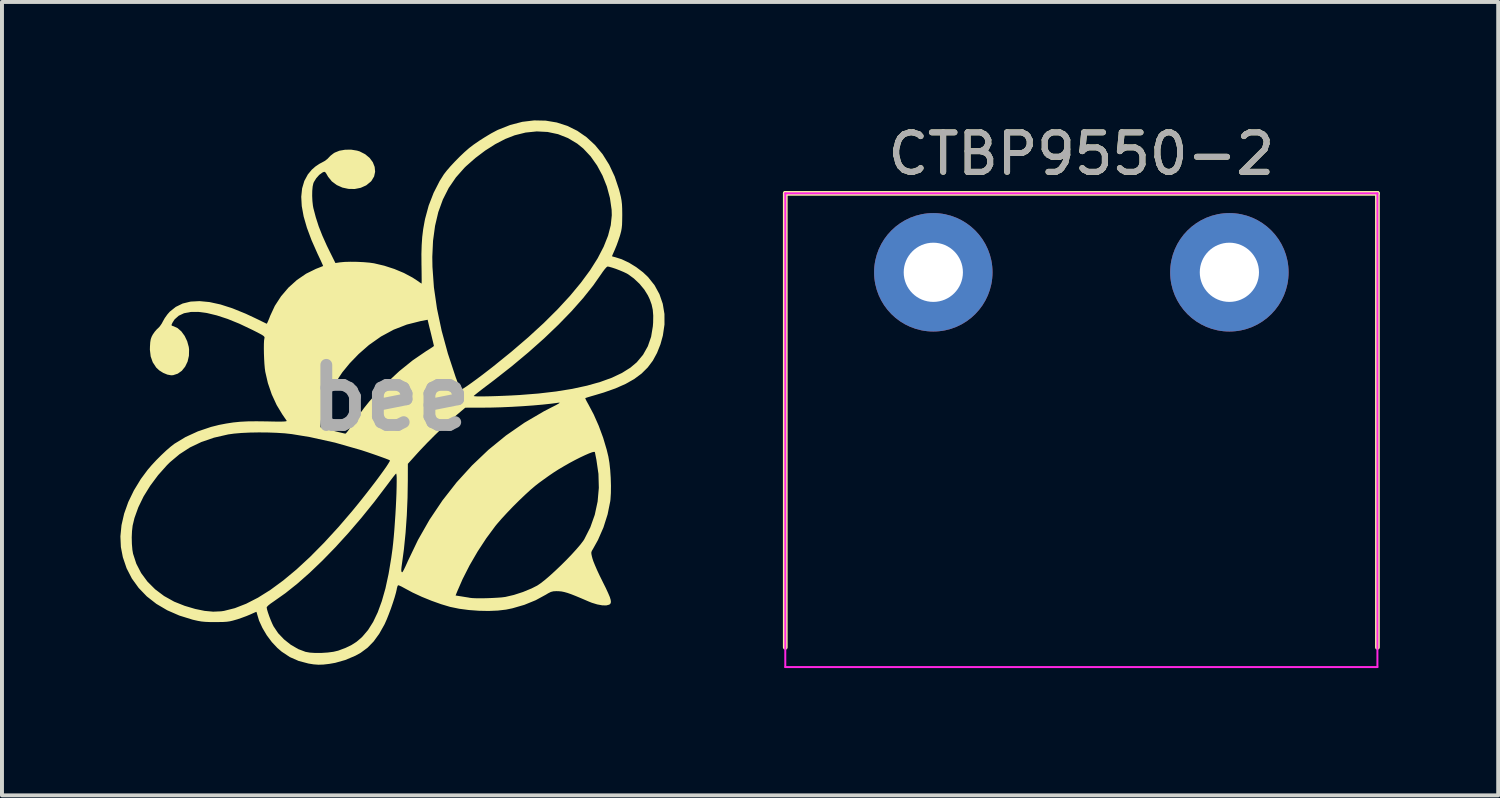
<source format=kicad_pcb>
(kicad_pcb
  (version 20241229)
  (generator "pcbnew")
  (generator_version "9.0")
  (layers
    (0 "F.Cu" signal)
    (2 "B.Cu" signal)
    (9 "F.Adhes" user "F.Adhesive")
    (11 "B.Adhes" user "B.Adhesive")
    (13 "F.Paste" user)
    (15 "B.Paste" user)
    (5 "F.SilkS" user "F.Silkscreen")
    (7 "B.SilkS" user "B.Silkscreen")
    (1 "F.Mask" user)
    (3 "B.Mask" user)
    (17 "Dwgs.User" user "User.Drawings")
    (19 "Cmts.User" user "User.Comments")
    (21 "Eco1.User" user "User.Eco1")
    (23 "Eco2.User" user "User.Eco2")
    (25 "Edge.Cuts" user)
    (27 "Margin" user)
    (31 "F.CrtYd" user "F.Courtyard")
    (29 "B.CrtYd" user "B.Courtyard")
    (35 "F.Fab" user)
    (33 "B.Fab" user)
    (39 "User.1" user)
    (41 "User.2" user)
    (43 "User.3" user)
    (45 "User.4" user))
  (footprint "CTBP9550-2"
    (layer "F.Cu")
    (at 24.343 13.848)
    (property "Reference" "CTBP9550-2" (at 0 -13 0) (unlocked yes) (layer "F.SilkS") (effects (font (size 1 1) (thickness 0.15))))
    (attr through_hole)
    (fp_line (start -7.5 -12) (end 7.5 -12) (stroke (width 0.12) (type solid)) (layer "F.SilkS"))
    (fp_line (start -7.5 -0.5) (end -7.5 -12) (stroke (width 0.12) (type solid)) (layer "F.SilkS"))
    (fp_line (start 7.5 -12) (end 7.5 -0.5) (stroke (width 0.12) (type solid)) (layer "F.SilkS"))
    (fp_line (start -7.5 -12) (end -7.5 0) (stroke (width 0.05) (type solid)) (layer "F.CrtYd"))
    (fp_line (start -7.5 0) (end 7.5 0) (stroke (width 0.05) (type solid)) (layer "F.CrtYd"))
    (fp_line (start 7.5 -12) (end -7.5 -12) (stroke (width 0.05) (type solid)) (layer "F.CrtYd"))
    (fp_line (start 7.5 0) (end 7.5 -12) (stroke (width 0.05) (type solid)) (layer "F.CrtYd"))
    (fp_text user "${REFERENCE}" (at 0 -13 0) (unlocked yes) (layer "F.Fab") (effects (font (size 1 1) (thickness 0.15))))
    (pad "1" thru_hole circle (at -3.75 -10) (size 3 3) (drill 1.5) (layers "*.Cu" "*.Mask"))
    (pad "2" thru_hole circle (at 3.75 -10) (size 3 3) (drill 1.5) (layers "*.Cu" "*.Mask")))
  (footprint "bee"
    (layer "F.Cu")
    (at 6.849 7.027)
    (property "Reference" "bee" (at 0 0 0) (layer "F.Fab") (effects (font (size 1.524 1.524) (thickness 0.3))))
    (attr board_only exclude_from_pos_files exclude_from_bom)
    (fp_poly (pts (xy 3.925 -7.021) (xy 4.206 -6.974) (xy 4.473 -6.888) (xy 4.726 -6.763) (xy 4.96 -6.601) (xy 5.174 -6.403) (xy 5.366 -6.171) (xy 5.533 -5.904) (xy 5.673 -5.605) (xy 5.783 -5.275) (xy 5.802 -5.202) (xy 5.829 -5.091) (xy 5.846 -4.997) (xy 5.857 -4.902) (xy 5.862 -4.795) (xy 5.864 -4.659) (xy 5.864 -4.624) (xy 5.862 -4.486) (xy 5.859 -4.381) (xy 5.85 -4.297) (xy 5.837 -4.222) (xy 5.816 -4.142) (xy 5.802 -4.094) (xy 5.764 -3.981) (xy 5.721 -3.862) (xy 5.679 -3.76) (xy 5.672 -3.743) (xy 5.639 -3.669) (xy 5.615 -3.614) (xy 5.604 -3.587) (xy 5.604 -3.587) (xy 5.623 -3.578) (xy 5.671 -3.565) (xy 5.675 -3.565) (xy 5.849 -3.51) (xy 6.034 -3.423) (xy 6.218 -3.31) (xy 6.39 -3.179) (xy 6.518 -3.058) (xy 6.682 -2.852) (xy 6.806 -2.625) (xy 6.89 -2.382) (xy 6.933 -2.124) (xy 6.934 -1.855) (xy 6.893 -1.576) (xy 6.832 -1.355) (xy 6.745 -1.136) (xy 6.639 -0.941) (xy 6.509 -0.768) (xy 6.353 -0.613) (xy 6.167 -0.475) (xy 5.948 -0.351) (xy 5.692 -0.238) (xy 5.397 -0.134) (xy 5.173 -0.067) (xy 5.076 -0.039) (xy 4.996 -0.015) (xy 4.944 0.002) (xy 4.927 0.008) (xy 4.934 0.031) (xy 4.959 0.082) (xy 4.997 0.151) (xy 5.003 0.161) (xy 5.14 0.42) (xy 5.268 0.709) (xy 5.38 1.012) (xy 5.47 1.314) (xy 5.513 1.492) (xy 5.539 1.647) (xy 5.559 1.83) (xy 5.572 2.027) (xy 5.578 2.226) (xy 5.576 2.411) (xy 5.566 2.571) (xy 5.56 2.622) (xy 5.493 2.953) (xy 5.388 3.284) (xy 5.249 3.602) (xy 5.121 3.832) (xy 5.094 3.877) (xy 5.081 3.913) (xy 5.082 3.956) (xy 5.095 4.018) (xy 5.109 4.071) (xy 5.132 4.141) (xy 5.173 4.242) (xy 5.227 4.367) (xy 5.291 4.504) (xy 5.362 4.647) (xy 5.365 4.654) (xy 5.447 4.818) (xy 5.507 4.948) (xy 5.549 5.047) (xy 5.571 5.12) (xy 5.577 5.173) (xy 5.568 5.209) (xy 5.544 5.234) (xy 5.532 5.241) (xy 5.458 5.26) (xy 5.354 5.257) (xy 5.229 5.234) (xy 5.092 5.192) (xy 5.012 5.16) (xy 4.831 5.082) (xy 4.685 5.021) (xy 4.568 4.975) (xy 4.473 4.942) (xy 4.394 4.92) (xy 4.325 4.906) (xy 4.259 4.9) (xy 4.194 4.898) (xy 4.12 4.902) (xy 4.056 4.918) (xy 3.986 4.953) (xy 3.93 4.987) (xy 3.671 5.128) (xy 3.384 5.245) (xy 3.08 5.333) (xy 2.92 5.366) (xy 2.714 5.39) (xy 2.479 5.4) (xy 2.228 5.395) (xy 1.975 5.376) (xy 1.733 5.344) (xy 1.515 5.299) (xy 1.505 5.297) (xy 1.277 5.229) (xy 1.033 5.142) (xy 0.787 5.042) (xy 0.714 5.008) (xy 1.642 5.008) (xy 1.806 5.034) (xy 1.892 5.048) (xy 1.963 5.059) (xy 2.003 5.067) (xy 2.005 5.067) (xy 2.066 5.074) (xy 2.162 5.078) (xy 2.283 5.079) (xy 2.418 5.077) (xy 2.556 5.072) (xy 2.689 5.065) (xy 2.804 5.057) (xy 2.892 5.046) (xy 2.901 5.045) (xy 3.119 4.994) (xy 3.348 4.92) (xy 3.568 4.829) (xy 3.71 4.757) (xy 3.796 4.699) (xy 3.905 4.614) (xy 4.032 4.505) (xy 4.169 4.38) (xy 4.312 4.244) (xy 4.453 4.104) (xy 4.586 3.965) (xy 4.706 3.833) (xy 4.806 3.716) (xy 4.88 3.618) (xy 4.903 3.582) (xy 5.055 3.282) (xy 5.168 2.963) (xy 5.24 2.628) (xy 5.271 2.281) (xy 5.261 1.927) (xy 5.209 1.569) (xy 5.205 1.549) (xy 5.189 1.469) (xy 5.177 1.408) (xy 5.171 1.378) (xy 5.171 1.377) (xy 5.152 1.368) (xy 5.1 1.38) (xy 5.02 1.41) (xy 4.917 1.455) (xy 4.796 1.512) (xy 4.664 1.579) (xy 4.526 1.653) (xy 4.388 1.732) (xy 4.254 1.811) (xy 4.13 1.89) (xy 4.123 1.895) (xy 4.004 1.976) (xy 3.877 2.067) (xy 3.757 2.154) (xy 3.668 2.223) (xy 3.546 2.326) (xy 3.405 2.455) (xy 3.251 2.602) (xy 3.094 2.758) (xy 2.943 2.916) (xy 2.805 3.066) (xy 2.689 3.2) (xy 2.649 3.249) (xy 2.419 3.56) (xy 2.199 3.896) (xy 1.997 4.244) (xy 1.82 4.592) (xy 1.685 4.902) (xy 1.642 5.008) (xy 0.714 5.008) (xy 0.554 4.934) (xy 0.351 4.825) (xy 0.344 4.821) (xy 0.272 4.782) (xy 0.215 4.756) (xy 0.185 4.748) (xy 0.184 4.749) (xy 0.169 4.777) (xy 0.154 4.832) (xy 0.151 4.853) (xy 0.131 4.939) (xy 0.098 5.056) (xy 0.054 5.193) (xy 0.004 5.339) (xy -0.05 5.483) (xy -0.102 5.614) (xy -0.15 5.722) (xy -0.159 5.741) (xy -0.291 5.976) (xy -0.433 6.172) (xy -0.588 6.331) (xy -0.762 6.46) (xy -0.898 6.535) (xy -1.154 6.643) (xy -1.406 6.714) (xy -1.559 6.741) (xy -1.707 6.758) (xy -1.831 6.762) (xy -1.953 6.753) (xy -2.084 6.732) (xy -2.334 6.666) (xy -2.557 6.568) (xy -2.762 6.432) (xy -2.871 6.339) (xy -3.012 6.189) (xy -3.141 6.016) (xy -3.251 5.831) (xy -3.336 5.646) (xy -3.382 5.493) (xy -3.395 5.444) (xy -3.404 5.422) (xy -3.404 5.422) (xy -3.427 5.43) (xy -3.479 5.453) (xy -3.552 5.486) (xy -3.561 5.49) (xy -3.657 5.53) (xy -3.774 5.573) (xy -3.89 5.613) (xy -3.912 5.619) (xy -3.999 5.644) (xy -4.075 5.662) (xy -4.153 5.673) (xy -4.245 5.679) (xy -4.365 5.681) (xy -4.442 5.681) (xy -4.586 5.681) (xy -4.698 5.676) (xy -4.794 5.667) (xy -4.887 5.651) (xy -4.993 5.627) (xy -5.022 5.62) (xy -5.357 5.516) (xy -5.662 5.383) (xy -5.937 5.221) (xy -6.179 5.032) (xy -6.386 4.817) (xy -6.558 4.579) (xy -6.692 4.319) (xy -6.787 4.039) (xy -6.837 3.781) (xy -6.848 3.537) (xy -6.562 3.537) (xy -6.558 3.702) (xy -6.545 3.854) (xy -6.528 3.951) (xy -6.446 4.203) (xy -6.324 4.439) (xy -6.164 4.656) (xy -5.969 4.851) (xy -5.743 5.021) (xy -5.487 5.164) (xy -5.221 5.27) (xy -4.954 5.349) (xy -4.715 5.398) (xy -4.499 5.418) (xy -4.299 5.409) (xy -4.224 5.398) (xy -3.95 5.329) (xy -3.901 5.31) (xy -3.143 5.31) (xy -3.135 5.359) (xy -3.112 5.437) (xy -3.079 5.533) (xy -3.04 5.634) (xy -3 5.727) (xy -2.968 5.792) (xy -2.854 5.962) (xy -2.704 6.12) (xy -2.53 6.258) (xy -2.341 6.367) (xy -2.161 6.435) (xy -2.051 6.455) (xy -1.911 6.464) (xy -1.754 6.463) (xy -1.597 6.453) (xy -1.452 6.434) (xy -1.334 6.406) (xy -1.322 6.402) (xy -1.142 6.334) (xy -0.995 6.263) (xy -0.87 6.183) (xy -0.755 6.086) (xy -0.717 6.049) (xy -0.575 5.882) (xy -0.446 5.677) (xy -0.33 5.434) (xy -0.227 5.152) (xy -0.135 4.829) (xy -0.056 4.464) (xy -0.038 4.359) (xy 0.266 4.359) (xy 0.269 4.399) (xy 0.28 4.417) (xy 0.293 4.419) (xy 0.307 4.4) (xy 0.336 4.346) (xy 0.375 4.265) (xy 0.42 4.166) (xy 0.431 4.14) (xy 0.689 3.602) (xy 0.982 3.088) (xy 1.309 2.601) (xy 1.668 2.142) (xy 2.058 1.714) (xy 2.475 1.317) (xy 2.919 0.955) (xy 3.388 0.63) (xy 3.88 0.342) (xy 4.066 0.246) (xy 4.178 0.189) (xy 4.248 0.15) (xy 4.278 0.128) (xy 4.268 0.122) (xy 4.26 0.123) (xy 4.074 0.148) (xy 3.853 0.172) (xy 3.605 0.194) (xy 3.339 0.213) (xy 3.066 0.229) (xy 2.794 0.241) (xy 2.534 0.248) (xy 2.316 0.25) (xy 1.887 0.251) (xy 1.679 0.427) (xy 1.505 0.58) (xy 1.313 0.758) (xy 1.115 0.948) (xy 0.922 1.142) (xy 0.746 1.327) (xy 0.668 1.412) (xy 0.433 1.673) (xy 0.432 2.095) (xy 0.425 2.536) (xy 0.406 2.982) (xy 0.375 3.421) (xy 0.333 3.839) (xy 0.287 4.18) (xy 0.272 4.288) (xy 0.266 4.359) (xy -0.038 4.359) (xy 0.012 4.057) (xy 0.044 3.827) (xy 0.06 3.684) (xy 0.076 3.521) (xy 0.091 3.343) (xy 0.104 3.156) (xy 0.117 2.965) (xy 0.128 2.775) (xy 0.137 2.591) (xy 0.144 2.42) (xy 0.148 2.265) (xy 0.15 2.132) (xy 0.15 2.027) (xy 0.146 1.955) (xy 0.138 1.92) (xy 0.135 1.919) (xy 0.116 1.938) (xy 0.075 1.988) (xy 0.018 2.062) (xy -0.051 2.154) (xy -0.093 2.21) (xy -0.414 2.633) (xy -0.742 3.039) (xy -1.073 3.425) (xy -1.404 3.788) (xy -1.732 4.125) (xy -2.054 4.433) (xy -2.367 4.709) (xy -2.668 4.949) (xy -2.954 5.151) (xy -2.967 5.16) (xy -3.045 5.214) (xy -3.105 5.262) (xy -3.139 5.299) (xy -3.143 5.31) (xy -3.901 5.31) (xy -3.663 5.217) (xy -3.363 5.063) (xy -3.05 4.867) (xy -2.726 4.629) (xy -2.39 4.35) (xy -2.044 4.03) (xy -1.687 3.669) (xy -1.32 3.269) (xy -0.988 2.882) (xy -0.862 2.729) (xy -0.735 2.571) (xy -0.609 2.411) (xy -0.488 2.255) (xy -0.374 2.106) (xy -0.271 1.967) (xy -0.182 1.844) (xy -0.109 1.74) (xy -0.057 1.659) (xy -0.026 1.606) (xy -0.022 1.584) (xy -0.058 1.568) (xy -0.129 1.54) (xy -0.228 1.504) (xy -0.345 1.462) (xy -0.475 1.417) (xy -0.607 1.372) (xy -0.735 1.33) (xy -0.775 1.318) (xy -1.412 1.136) (xy -2.049 0.995) (xy -2.506 0.92) (xy -2.685 0.9) (xy -2.891 0.887) (xy -3.114 0.879) (xy -3.343 0.877) (xy -3.569 0.881) (xy -3.781 0.891) (xy -3.968 0.907) (xy -4.12 0.928) (xy -4.123 0.929) (xy -4.477 1.01) (xy -4.797 1.12) (xy -5.087 1.258) (xy -5.351 1.429) (xy -5.593 1.632) (xy -5.668 1.706) (xy -5.894 1.96) (xy -6.093 2.227) (xy -6.262 2.5) (xy -6.396 2.776) (xy -6.493 3.046) (xy -6.539 3.238) (xy -6.555 3.377) (xy -6.562 3.537) (xy -6.848 3.537) (xy -6.849 3.51) (xy -6.821 3.226) (xy -6.754 2.934) (xy -6.649 2.639) (xy -6.507 2.346) (xy -6.331 2.057) (xy -6.158 1.824) (xy -6.058 1.707) (xy -5.941 1.581) (xy -5.814 1.454) (xy -5.689 1.336) (xy -5.573 1.236) (xy -5.48 1.164) (xy -5.197 0.993) (xy -4.885 0.85) (xy -4.553 0.738) (xy -4.405 0.701) (xy -1.783 0.701) (xy -1.782 0.739) (xy -1.767 0.757) (xy -1.745 0.763) (xy -1.705 0.773) (xy -1.631 0.791) (xy -1.534 0.815) (xy -1.435 0.841) (xy -1.331 0.867) (xy -1.242 0.888) (xy -1.178 0.903) (xy -1.149 0.909) (xy -1.128 0.892) (xy -1.088 0.843) (xy -1.034 0.769) (xy -0.97 0.677) (xy -0.94 0.632) (xy -0.805 0.435) (xy -0.678 0.26) (xy -0.548 0.098) (xy -0.422 -0.045) (xy 2.1 -0.045) (xy 2.12 -0.04) (xy 2.179 -0.036) (xy 2.272 -0.035) (xy 2.394 -0.036) (xy 2.539 -0.039) (xy 2.702 -0.044) (xy 2.876 -0.051) (xy 3.057 -0.059) (xy 3.239 -0.069) (xy 3.258 -0.07) (xy 3.739 -0.108) (xy 4.186 -0.16) (xy 4.596 -0.226) (xy 4.97 -0.307) (xy 5.305 -0.401) (xy 5.601 -0.508) (xy 5.856 -0.629) (xy 6.07 -0.763) (xy 6.231 -0.899) (xy 6.391 -1.09) (xy 6.512 -1.305) (xy 6.595 -1.545) (xy 6.639 -1.81) (xy 6.646 -1.903) (xy 6.649 -2.081) (xy 6.637 -2.229) (xy 6.608 -2.363) (xy 6.56 -2.496) (xy 6.513 -2.595) (xy 6.422 -2.742) (xy 6.3 -2.889) (xy 6.159 -3.022) (xy 6.014 -3.128) (xy 5.974 -3.151) (xy 5.896 -3.188) (xy 5.801 -3.228) (xy 5.7 -3.267) (xy 5.606 -3.298) (xy 5.531 -3.319) (xy 5.492 -3.326) (xy 5.464 -3.307) (xy 5.421 -3.259) (xy 5.368 -3.189) (xy 5.342 -3.15) (xy 5.127 -2.843) (xy 4.871 -2.523) (xy 4.577 -2.191) (xy 4.247 -1.851) (xy 3.884 -1.504) (xy 3.488 -1.152) (xy 3.063 -0.797) (xy 2.612 -0.443) (xy 2.517 -0.371) (xy 2.399 -0.282) (xy 2.293 -0.201) (xy 2.206 -0.133) (xy 2.141 -0.081) (xy 2.106 -0.051) (xy 2.1 -0.045) (xy -0.422 -0.045) (xy -0.406 -0.064) (xy -0.245 -0.235) (xy -0.116 -0.366) (xy 0.216 -0.675) (xy 0.557 -0.95) (xy 0.901 -1.185) (xy 0.917 -1.194) (xy 0.994 -1.243) (xy 1.055 -1.283) (xy 1.089 -1.308) (xy 1.093 -1.314) (xy 1.088 -1.338) (xy 1.074 -1.399) (xy 1.053 -1.485) (xy 1.028 -1.589) (xy 1.028 -1.59) (xy 1.001 -1.7) (xy 0.976 -1.799) (xy 0.958 -1.875) (xy 0.948 -1.917) (xy 0.934 -1.977) (xy 0.76 -1.944) (xy 0.407 -1.855) (xy 0.072 -1.725) (xy -0.248 -1.552) (xy -0.553 -1.337) (xy -0.814 -1.108) (xy -1.038 -0.876) (xy -1.226 -0.647) (xy -1.385 -0.408) (xy -1.522 -0.151) (xy -1.556 -0.078) (xy -1.618 0.074) (xy -1.676 0.245) (xy -1.727 0.418) (xy -1.764 0.576) (xy -1.774 0.63) (xy -1.783 0.701) (xy -4.405 0.701) (xy -4.35 0.687) (xy -4.167 0.652) (xy -3.992 0.625) (xy -3.812 0.607) (xy -3.618 0.597) (xy -3.399 0.595) (xy -3.146 0.598) (xy -3.138 0.598) (xy -2.962 0.602) (xy -2.827 0.603) (xy -2.731 0.602) (xy -2.67 0.598) (xy -2.64 0.591) (xy -2.636 0.584) (xy -2.656 0.553) (xy -2.695 0.497) (xy -2.743 0.427) (xy -2.747 0.421) (xy -2.891 0.183) (xy -3.015 -0.086) (xy -3.113 -0.373) (xy -3.179 -0.659) (xy -3.191 -0.747) (xy -3.201 -0.86) (xy -3.208 -0.988) (xy -3.213 -1.121) (xy -3.215 -1.249) (xy -3.214 -1.362) (xy -3.21 -1.449) (xy -3.202 -1.5) (xy -3.197 -1.523) (xy -3.202 -1.543) (xy -3.222 -1.566) (xy -3.263 -1.594) (xy -3.331 -1.631) (xy -3.43 -1.682) (xy -3.52 -1.727) (xy -3.838 -1.878) (xy -4.134 -1.998) (xy -4.407 -2.087) (xy -4.655 -2.147) (xy -4.877 -2.176) (xy -5.071 -2.174) (xy -5.237 -2.142) (xy -5.372 -2.079) (xy -5.477 -1.985) (xy -5.526 -1.909) (xy -5.551 -1.858) (xy -5.552 -1.832) (xy -5.526 -1.819) (xy -5.506 -1.814) (xy -5.401 -1.766) (xy -5.304 -1.681) (xy -5.221 -1.567) (xy -5.157 -1.433) (xy -5.117 -1.288) (xy -5.109 -1.224) (xy -5.113 -1.064) (xy -5.147 -0.917) (xy -5.209 -0.789) (xy -5.293 -0.684) (xy -5.396 -0.611) (xy -5.513 -0.573) (xy -5.563 -0.57) (xy -5.658 -0.587) (xy -5.765 -0.631) (xy -5.865 -0.694) (xy -5.942 -0.766) (xy -6.03 -0.9) (xy -6.082 -1.048) (xy -6.102 -1.219) (xy -6.1 -1.3) (xy -6.093 -1.407) (xy -6.08 -1.485) (xy -6.057 -1.549) (xy -6.029 -1.602) (xy -5.979 -1.674) (xy -5.924 -1.737) (xy -5.899 -1.759) (xy -5.852 -1.808) (xy -5.802 -1.88) (xy -5.773 -1.935) (xy -5.725 -2.02) (xy -5.659 -2.112) (xy -5.6 -2.18) (xy -5.448 -2.302) (xy -5.272 -2.388) (xy -5.071 -2.437) (xy -4.844 -2.449) (xy -4.592 -2.425) (xy -4.313 -2.364) (xy -4.009 -2.266) (xy -3.677 -2.131) (xy -3.463 -2.031) (xy -3.354 -1.979) (xy -3.261 -1.933) (xy -3.191 -1.899) (xy -3.15 -1.879) (xy -3.144 -1.875) (xy -3.131 -1.892) (xy -3.108 -1.943) (xy -3.076 -2.019) (xy -3.056 -2.073) (xy -2.937 -2.329) (xy -2.781 -2.569) (xy -2.593 -2.79) (xy -2.379 -2.983) (xy -2.144 -3.144) (xy -1.896 -3.266) (xy -1.891 -3.268) (xy -1.811 -3.299) (xy -1.749 -3.324) (xy -1.717 -3.337) (xy -1.714 -3.338) (xy -1.721 -3.359) (xy -1.745 -3.413) (xy -1.782 -3.494) (xy -1.829 -3.594) (xy -1.854 -3.647) (xy -2.006 -3.99) (xy -2.124 -4.306) (xy -2.207 -4.594) (xy -2.255 -4.856) (xy -2.268 -5.092) (xy -2.246 -5.304) (xy -2.19 -5.493) (xy -2.1 -5.659) (xy -2 -5.779) (xy -1.909 -5.859) (xy -1.808 -5.927) (xy -1.756 -5.954) (xy -1.677 -5.997) (xy -1.609 -6.047) (xy -1.577 -6.08) (xy -1.527 -6.132) (xy -1.457 -6.187) (xy -1.42 -6.211) (xy -1.301 -6.259) (xy -1.157 -6.284) (xy -1.004 -6.286) (xy -0.856 -6.262) (xy -0.789 -6.242) (xy -0.648 -6.17) (xy -0.536 -6.077) (xy -0.455 -5.968) (xy -0.408 -5.849) (xy -0.396 -5.727) (xy -0.422 -5.607) (xy -0.489 -5.495) (xy -0.505 -5.477) (xy -0.623 -5.381) (xy -0.762 -5.319) (xy -0.914 -5.289) (xy -1.071 -5.292) (xy -1.225 -5.325) (xy -1.368 -5.389) (xy -1.492 -5.481) (xy -1.589 -5.601) (xy -1.596 -5.614) (xy -1.635 -5.682) (xy -1.662 -5.717) (xy -1.685 -5.725) (xy -1.716 -5.714) (xy -1.73 -5.707) (xy -1.812 -5.647) (xy -1.889 -5.56) (xy -1.949 -5.463) (xy -1.962 -5.429) (xy -1.979 -5.351) (xy -1.989 -5.241) (xy -1.991 -5.115) (xy -1.985 -4.985) (xy -1.972 -4.867) (xy -1.961 -4.807) (xy -1.899 -4.571) (xy -1.825 -4.341) (xy -1.733 -4.107) (xy -1.62 -3.855) (xy -1.542 -3.696) (xy -1.402 -3.414) (xy -1.288 -3.431) (xy -1.168 -3.442) (xy -1.018 -3.446) (xy -0.853 -3.444) (xy -0.687 -3.436) (xy -0.535 -3.423) (xy -0.424 -3.407) (xy -0.165 -3.346) (xy 0.091 -3.263) (xy 0.333 -3.162) (xy 0.549 -3.047) (xy 0.666 -2.971) (xy 0.725 -2.929) (xy 0.767 -2.901) (xy 0.781 -2.893) (xy 0.782 -2.915) (xy 0.783 -2.975) (xy 0.782 -3.068) (xy 0.781 -3.186) (xy 0.779 -3.324) (xy 0.778 -3.37) (xy 0.777 -3.569) (xy 1.052 -3.569) (xy 1.056 -3.315) (xy 1.093 -2.797) (xy 1.171 -2.258) (xy 1.289 -1.699) (xy 1.447 -1.12) (xy 1.645 -0.52) (xy 1.672 -0.449) (xy 1.707 -0.354) (xy 1.737 -0.274) (xy 1.758 -0.221) (xy 1.766 -0.204) (xy 1.789 -0.209) (xy 1.844 -0.24) (xy 1.928 -0.295) (xy 2.037 -0.372) (xy 2.169 -0.468) (xy 2.319 -0.58) (xy 2.485 -0.708) (xy 2.587 -0.787) (xy 3.054 -1.165) (xy 3.484 -1.534) (xy 3.875 -1.893) (xy 4.227 -2.243) (xy 4.541 -2.583) (xy 4.814 -2.912) (xy 5.048 -3.229) (xy 5.241 -3.534) (xy 5.393 -3.827) (xy 5.504 -4.106) (xy 5.573 -4.372) (xy 5.599 -4.623) (xy 5.595 -4.763) (xy 5.552 -5.062) (xy 5.474 -5.353) (xy 5.364 -5.629) (xy 5.226 -5.885) (xy 5.063 -6.116) (xy 4.877 -6.314) (xy 4.723 -6.439) (xy 4.489 -6.579) (xy 4.238 -6.678) (xy 3.974 -6.734) (xy 3.699 -6.748) (xy 3.416 -6.719) (xy 3.14 -6.65) (xy 2.899 -6.556) (xy 2.647 -6.425) (xy 2.393 -6.263) (xy 2.144 -6.075) (xy 1.908 -5.867) (xy 1.865 -5.825) (xy 1.65 -5.582) (xy 1.468 -5.316) (xy 1.32 -5.023) (xy 1.204 -4.704) (xy 1.122 -4.356) (xy 1.071 -3.978) (xy 1.052 -3.569) (xy 0.777 -3.569) (xy 0.776 -3.635) (xy 0.783 -3.866) (xy 0.797 -4.074) (xy 0.821 -4.271) (xy 0.856 -4.466) (xy 0.869 -4.532) (xy 0.96 -4.868) (xy 1.085 -5.191) (xy 1.238 -5.491) (xy 1.346 -5.662) (xy 1.416 -5.752) (xy 1.511 -5.863) (xy 1.624 -5.984) (xy 1.745 -6.107) (xy 1.866 -6.222) (xy 1.978 -6.32) (xy 1.982 -6.324) (xy 2.096 -6.411) (xy 2.236 -6.508) (xy 2.39 -6.606) (xy 2.542 -6.697) (xy 2.679 -6.77) (xy 2.715 -6.788) (xy 3.026 -6.911) (xy 3.333 -6.991) (xy 3.633 -7.027)) (stroke (width 0) (type solid)) (fill yes) (layer "F.SilkS")))
  (gr_rect
    (start -3 -3)
    (end 34.903 17.098)
    (stroke (width 0.1) (type default))
    (fill no)
    (layer "Edge.Cuts")))
</source>
